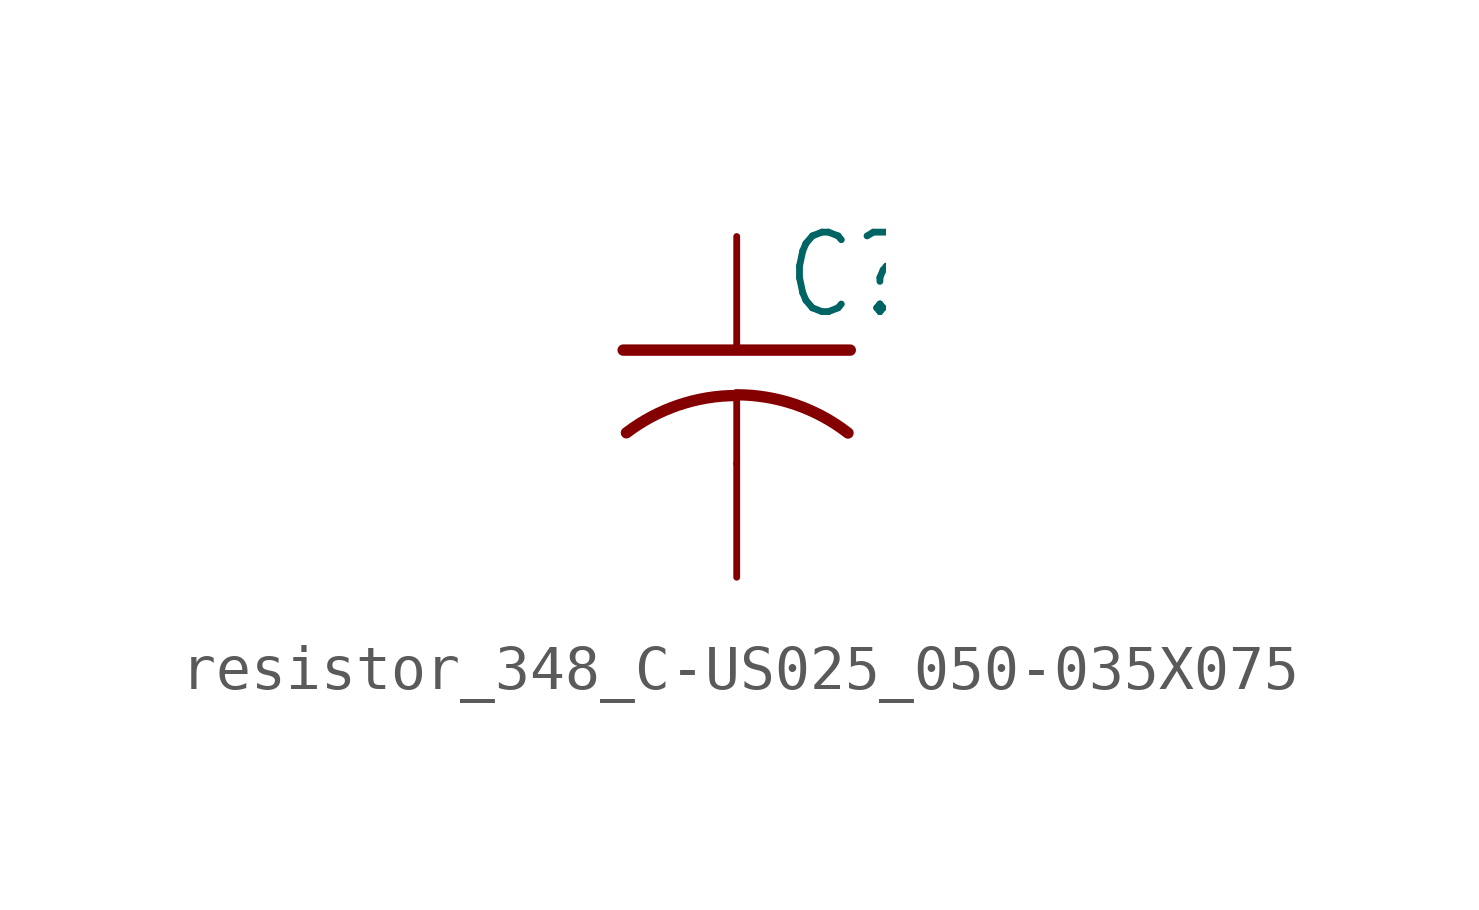
<source format=kicad_sym>
(kicad_symbol_lib
  (version 20241209)
  (generator "kicad_symbol_editor")
  (generator_version "9.0")
  (symbol "resistor_348_C-US025_050-035X075"
    (property "Reference" "C"
      (at 1.016 0.635 0)
      (effects (font (size 1.778 1.511)) (justify left bottom)))
    (property "Value" ""
      (at 1.016 -4.191 0)
      (effects (font (size 1.778 1.511)) (justify left bottom)))
    (property "ki_locked" ""
      (at 0 0 0)
      (effects (font (size 1.27 1.27))))
    (symbol "resistor_348_C-US025_050-035X075_1_0"
      (polyline (pts (xy -2.54 0) (xy 2.54 0)) (stroke (width 0.254) (type solid)) (fill (type none)))
      (polyline (pts (xy 0 -1.016) (xy 0 -2.54)) (stroke (width 0.152) (type solid)) (fill (type none)))
      (arc (start 0 -1) (mid 1.3158 -1.2195) (end 2.4892 -1.8541) (stroke (width 0.254) (type solid)) (fill (type none)))
      (arc (start -2.4668 -1.8504) (mid -1.302 -1.2303) (end 0 -1.0161) (stroke (width 0.254) (type solid)) (fill (type none)))
      (pin passive line (at 0 2.54 270) (length 2.54) (name "1" (effects (font (size 0 0)))) (number "1" (effects (font (size 0 0)))))
      (pin passive line (at 0 -5.08 90) (length 2.54) (name "2" (effects (font (size 0 0)))) (number "2" (effects (font (size 0 0))))))))
</source>
